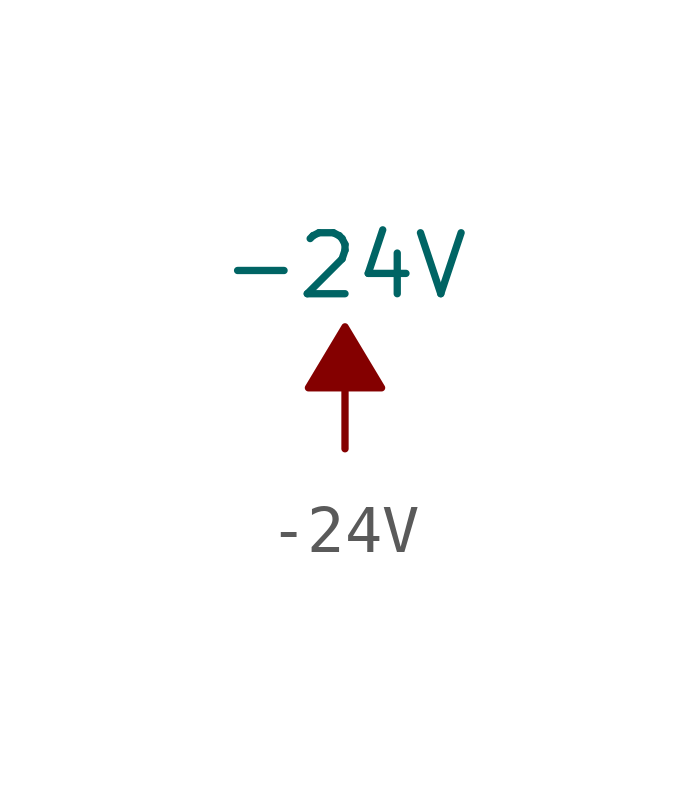
<source format=kicad_sym>
(kicad_symbol_lib
  (version 20220914)
  (generator kicad_symbol_editor)
  (symbol "-24V"
    (power)
    (pin_names
      (offset 0))
    (property "Reference" "#PWR"
      (at 0 2.54 0)
      (effects (font (size 1.27 1.27)) hide))
    (property "Value" "-24V"
      (at 0 3.81 0)
      (effects (font (size 1.27 1.27))))
    (symbol "-24V_0_0"
      (pin power_in line (at 0 0 90) (length 0) hide (name "-24V" (effects (font (size 1.27 1.27)))) (number "1" (effects (font (size 1.27 1.27))))))
    (symbol "-24V_0_1"
      (polyline (pts (xy 0 0) (xy 0 1.27) (xy 0.762 1.27) (xy 0 2.54) (xy -0.762 1.27) (xy 0 1.27)) (stroke (width 0) (type solid)) (fill (type outline))))))
</source>
